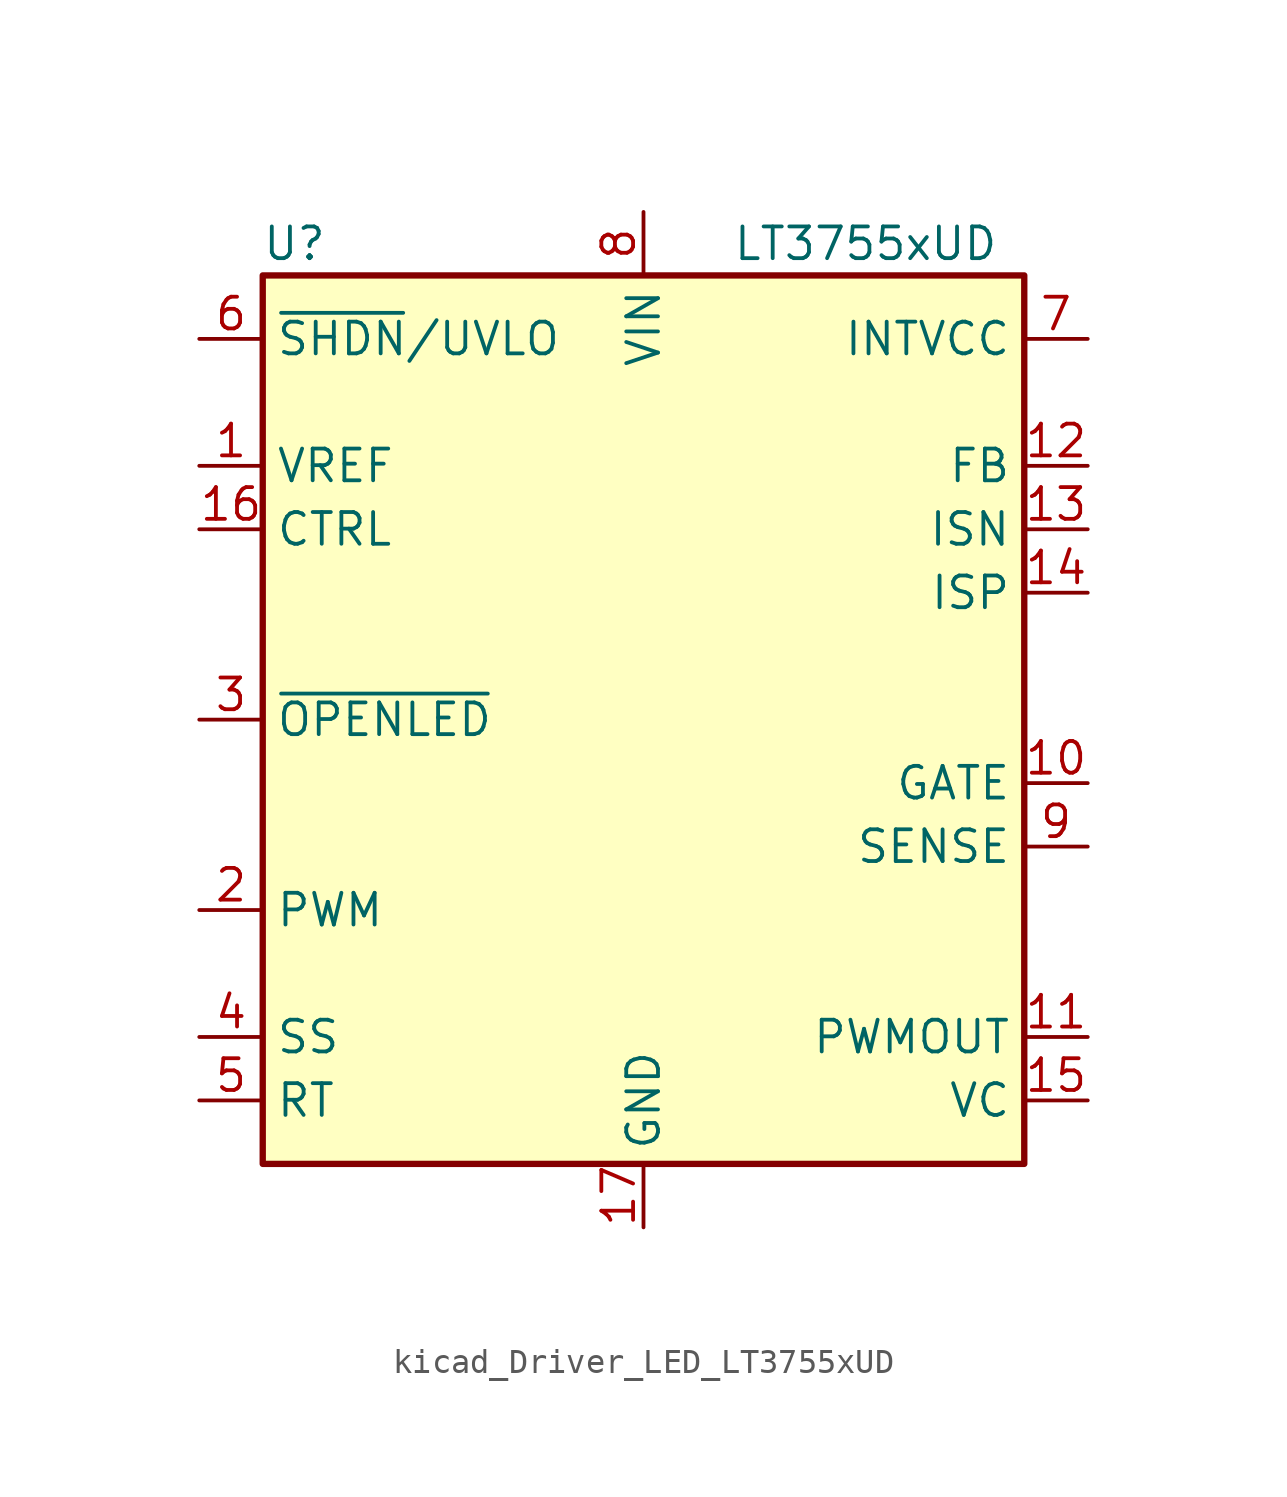
<source format=kicad_sym>
(kicad_symbol_lib
  (version 20220914)
  (generator kicad_symbol_editor)
  (symbol "kicad_Driver_LED_LT3755xUD"
    (property "Reference" "U"
      (at -13.97 19.05 0)
      (effects (font (size 1.27 1.27))))
    (property "Value" "LT3755xUD"
      (at 8.89 19.05 0)
      (effects (font (size 1.27 1.27))))
    (symbol "kicad_Driver_LED_LT3755xUD_0_1"
      (rectangle (start -15.24 -17.78) (end 15.24 17.78) (stroke (width 0.254) (type default)) (fill (type background))))
    (symbol "kicad_Driver_LED_LT3755xUD_1_1"
      (pin output line (at -17.78 10.16 0) (length 2.54) (name "VREF" (effects (font (size 1.27 1.27)))) (number "1" (effects (font (size 1.27 1.27)))))
      (pin output line (at 17.78 -2.54 180) (length 2.54) (name "GATE" (effects (font (size 1.27 1.27)))) (number "10" (effects (font (size 1.27 1.27)))))
      (pin output line (at 17.78 -12.7 180) (length 2.54) (name "PWMOUT" (effects (font (size 1.27 1.27)))) (number "11" (effects (font (size 1.27 1.27)))))
      (pin input line (at 17.78 10.16 180) (length 2.54) (name "FB" (effects (font (size 1.27 1.27)))) (number "12" (effects (font (size 1.27 1.27)))))
      (pin input line (at 17.78 7.62 180) (length 2.54) (name "ISN" (effects (font (size 1.27 1.27)))) (number "13" (effects (font (size 1.27 1.27)))))
      (pin input line (at 17.78 5.08 180) (length 2.54) (name "ISP" (effects (font (size 1.27 1.27)))) (number "14" (effects (font (size 1.27 1.27)))))
      (pin output line (at 17.78 -15.24 180) (length 2.54) (name "VC" (effects (font (size 1.27 1.27)))) (number "15" (effects (font (size 1.27 1.27)))))
      (pin input line (at -17.78 7.62 0) (length 2.54) (name "CTRL" (effects (font (size 1.27 1.27)))) (number "16" (effects (font (size 1.27 1.27)))))
      (pin power_in line (at 0 -20.32 90) (length 2.54) (name "GND" (effects (font (size 1.27 1.27)))) (number "17" (effects (font (size 1.27 1.27)))))
      (pin input line (at -17.78 -7.62 0) (length 2.54) (name "PWM" (effects (font (size 1.27 1.27)))) (number "2" (effects (font (size 1.27 1.27)))))
      (pin input line (at -17.78 0 0) (length 2.54) (name "~{OPENLED}" (effects (font (size 1.27 1.27)))) (number "3" (effects (font (size 1.27 1.27)))))
      (pin input line (at -17.78 -12.7 0) (length 2.54) (name "SS" (effects (font (size 1.27 1.27)))) (number "4" (effects (font (size 1.27 1.27)))))
      (pin input line (at -17.78 -15.24 0) (length 2.54) (name "RT" (effects (font (size 1.27 1.27)))) (number "5" (effects (font (size 1.27 1.27)))))
      (pin input line (at -17.78 15.24 0) (length 2.54) (name "~{SHDN}/UVLO" (effects (font (size 1.27 1.27)))) (number "6" (effects (font (size 1.27 1.27)))))
      (pin power_out line (at 17.78 15.24 180) (length 2.54) (name "INTVCC" (effects (font (size 1.27 1.27)))) (number "7" (effects (font (size 1.27 1.27)))))
      (pin power_in line (at 0 20.32 270) (length 2.54) (name "VIN" (effects (font (size 1.27 1.27)))) (number "8" (effects (font (size 1.27 1.27)))))
      (pin input line (at 17.78 -5.08 180) (length 2.54) (name "SENSE" (effects (font (size 1.27 1.27)))) (number "9" (effects (font (size 1.27 1.27))))))))
</source>
